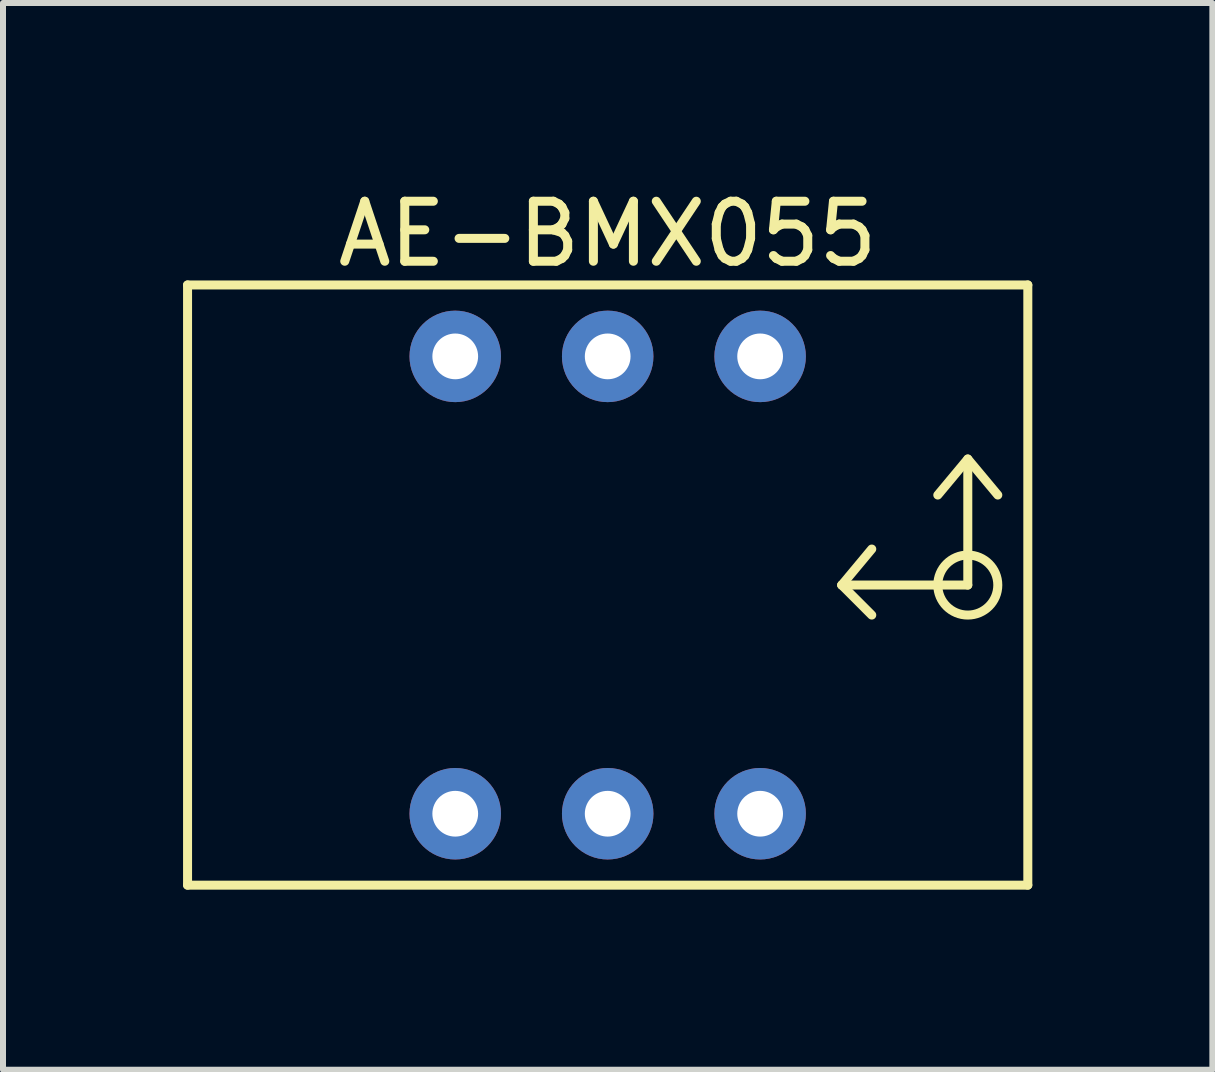
<source format=kicad_pcb>
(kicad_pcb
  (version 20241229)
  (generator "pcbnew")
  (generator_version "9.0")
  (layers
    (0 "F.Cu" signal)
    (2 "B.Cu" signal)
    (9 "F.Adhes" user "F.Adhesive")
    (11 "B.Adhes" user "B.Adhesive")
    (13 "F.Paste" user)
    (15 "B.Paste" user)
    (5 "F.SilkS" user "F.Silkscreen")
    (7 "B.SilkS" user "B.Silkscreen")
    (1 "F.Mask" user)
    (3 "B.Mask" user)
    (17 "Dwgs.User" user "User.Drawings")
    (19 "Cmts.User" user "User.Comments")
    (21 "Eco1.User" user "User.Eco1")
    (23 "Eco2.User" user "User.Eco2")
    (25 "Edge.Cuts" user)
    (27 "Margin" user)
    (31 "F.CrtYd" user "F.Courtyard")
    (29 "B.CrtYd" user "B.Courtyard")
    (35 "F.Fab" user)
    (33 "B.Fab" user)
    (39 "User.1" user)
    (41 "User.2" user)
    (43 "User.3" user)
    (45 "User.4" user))
  (footprint "AE-BMX055"
    (layer "F.Cu")
    (at 7.075 6.698)
    (property "Reference" "AE-BMX055" (at 0 -5.85 0) (layer "F.SilkS") (effects (font (size 1 1) (thickness 0.15))))
    (attr through_hole)
    (fp_line (start -7 -5) (end -7 5) (stroke (width 0.15) (type solid)) (layer "F.SilkS"))
    (fp_line (start -7 5) (end 7 5) (stroke (width 0.15) (type solid)) (layer "F.SilkS"))
    (fp_line (start 3.9 0) (end 4.4 -0.6) (stroke (width 0.15) (type solid)) (layer "F.SilkS"))
    (fp_line (start 3.9 0) (end 4.4 0.5) (stroke (width 0.15) (type solid)) (layer "F.SilkS"))
    (fp_line (start 6 -2.1) (end 5.5 -1.5) (stroke (width 0.15) (type solid)) (layer "F.SilkS"))
    (fp_line (start 6 -2.1) (end 6.5 -1.5) (stroke (width 0.15) (type solid)) (layer "F.SilkS"))
    (fp_line (start 6 -2) (end 6 0) (stroke (width 0.15) (type solid)) (layer "F.SilkS"))
    (fp_line (start 6 0) (end 3.9 0) (stroke (width 0.15) (type solid)) (layer "F.SilkS"))
    (fp_line (start 7 -5) (end -7 -5) (stroke (width 0.15) (type solid)) (layer "F.SilkS"))
    (fp_line (start 7 5) (end 7 -5) (stroke (width 0.15) (type solid)) (layer "F.SilkS"))
    (fp_circle (center 6 0) (end 6.5 0) (stroke (width 0.15) (type solid)) (fill no) (layer "F.SilkS"))
    (pad "1" thru_hole circle (at -2.54 3.81) (size 1.524 1.524) (drill 0.762) (layers "*.Cu" "*.Mask"))
    (pad "2" thru_hole circle (at 0 3.81) (size 1.524 1.524) (drill 0.762) (layers "*.Cu" "*.Mask"))
    (pad "3" thru_hole circle (at 2.54 3.81) (size 1.524 1.524) (drill 0.762) (layers "*.Cu" "*.Mask"))
    (pad "4" thru_hole circle (at 2.54 -3.81) (size 1.524 1.524) (drill 0.762) (layers "*.Cu" "*.Mask"))
    (pad "5" thru_hole circle (at 0 -3.81) (size 1.524 1.524) (drill 0.762) (layers "*.Cu" "*.Mask"))
    (pad "6" thru_hole circle (at -2.54 -3.81) (size 1.524 1.524) (drill 0.762) (layers "*.Cu" "*.Mask")))
  (gr_rect
    (start -3 -3)
    (end 17.15 14.773)
    (stroke (width 0.1) (type default))
    (fill no)
    (layer "Edge.Cuts")))
</source>
